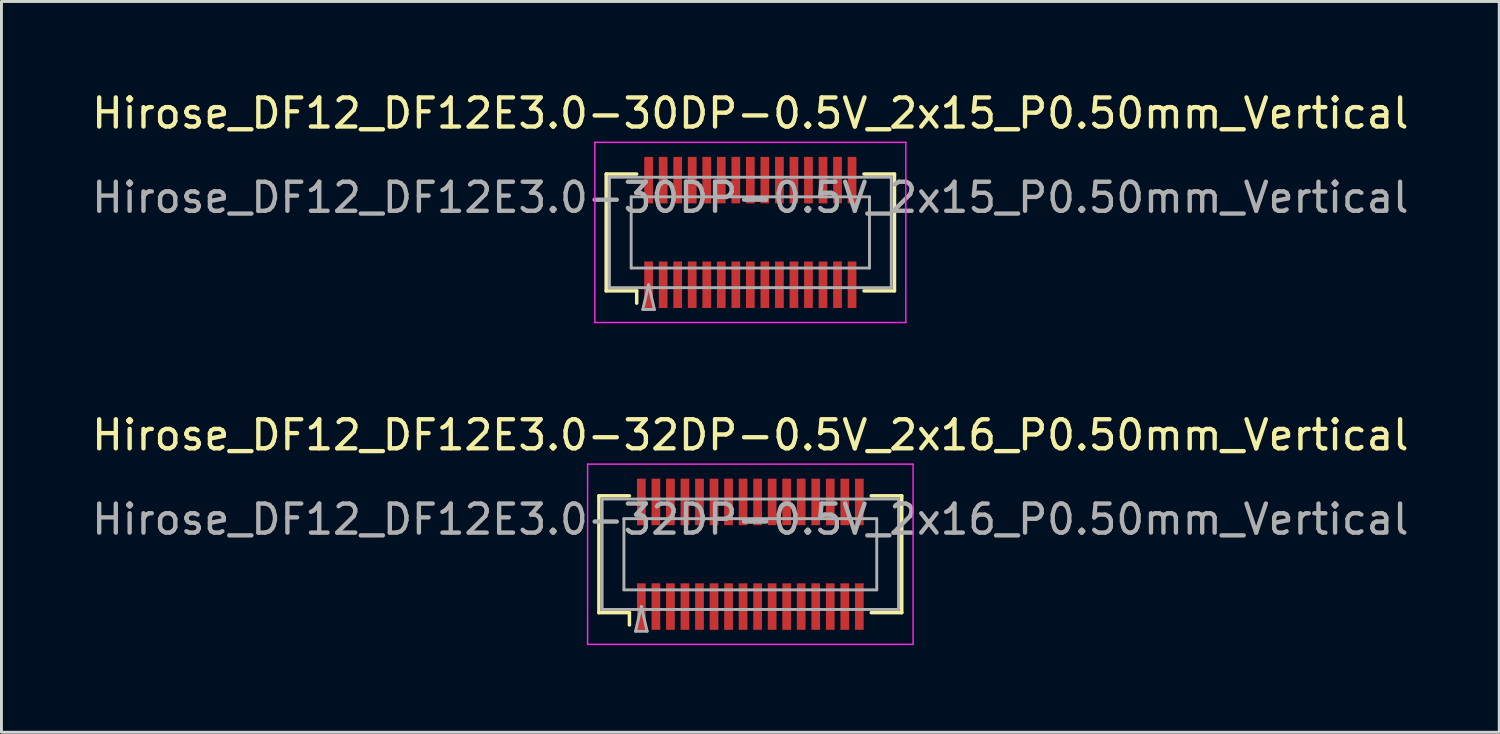
<source format=kicad_pcb>
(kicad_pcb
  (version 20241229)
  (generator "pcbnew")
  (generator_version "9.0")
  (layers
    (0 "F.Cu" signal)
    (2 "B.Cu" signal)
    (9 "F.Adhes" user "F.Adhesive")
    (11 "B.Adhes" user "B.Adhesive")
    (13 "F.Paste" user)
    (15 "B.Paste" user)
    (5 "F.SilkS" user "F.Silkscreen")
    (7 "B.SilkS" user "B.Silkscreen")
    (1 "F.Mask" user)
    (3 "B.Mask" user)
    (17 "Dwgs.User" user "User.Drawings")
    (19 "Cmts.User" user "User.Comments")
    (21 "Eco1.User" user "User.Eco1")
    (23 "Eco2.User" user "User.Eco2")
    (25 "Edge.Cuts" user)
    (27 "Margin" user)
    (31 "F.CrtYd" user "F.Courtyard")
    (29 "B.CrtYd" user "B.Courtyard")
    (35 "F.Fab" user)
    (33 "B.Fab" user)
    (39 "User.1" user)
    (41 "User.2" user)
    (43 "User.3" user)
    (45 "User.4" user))
  (footprint "Hirose_DF12_DF12E3.0-32DP-0.5V_2x16_P0.50mm_Vertical"
    (layer "F.Cu")
    (at 22.768 16.021)
    (property "Reference" "Hirose_DF12_DF12E3.0-32DP-0.5V_2x16_P0.50mm_Vertical" (at 0 -4.1 0) (layer "F.SilkS") (effects (font (size 1 1) (thickness 0.15))))
    (attr smd)
    (fp_line (start -5.21 -2.01) (end -4.16 -2.01) (stroke (width 0.12) (type solid)) (layer "F.SilkS"))
    (fp_line (start -5.21 2.01) (end -5.21 -2.01) (stroke (width 0.12) (type solid)) (layer "F.SilkS"))
    (fp_line (start -4.16 2.01) (end -5.21 2.01) (stroke (width 0.12) (type solid)) (layer "F.SilkS"))
    (fp_line (start -4.16 2.433) (end -4.16 2.01) (stroke (width 0.12) (type solid)) (layer "F.SilkS"))
    (fp_line (start 4.16 2.01) (end 5.21 2.01) (stroke (width 0.12) (type solid)) (layer "F.SilkS"))
    (fp_line (start 5.21 -2.01) (end 4.16 -2.01) (stroke (width 0.12) (type solid)) (layer "F.SilkS"))
    (fp_line (start 5.21 2.01) (end 5.21 -2.01) (stroke (width 0.12) (type solid)) (layer "F.SilkS"))
    (fp_line (start -5.6 -3.1) (end -5.6 3.1) (stroke (width 0.05) (type solid)) (layer "F.CrtYd"))
    (fp_line (start -5.6 3.1) (end 5.6 3.1) (stroke (width 0.05) (type solid)) (layer "F.CrtYd"))
    (fp_line (start 5.6 -3.1) (end -5.6 -3.1) (stroke (width 0.05) (type solid)) (layer "F.CrtYd"))
    (fp_line (start 5.6 3.1) (end 5.6 -3.1) (stroke (width 0.05) (type solid)) (layer "F.CrtYd"))
    (fp_line (start -5.1 -1.9) (end 5.1 -1.9) (stroke (width 0.1) (type solid)) (layer "F.Fab"))
    (fp_line (start -5.1 1.9) (end -5.1 -1.9) (stroke (width 0.1) (type solid)) (layer "F.Fab"))
    (fp_line (start -4.35 -1.225) (end 4.35 -1.225) (stroke (width 0.1) (type solid)) (layer "F.Fab"))
    (fp_line (start -4.35 1.225) (end -4.35 -1.225) (stroke (width 0.1) (type solid)) (layer "F.Fab"))
    (fp_line (start -3.95 2.65) (end -3.75 1.8) (stroke (width 0.1) (type solid)) (layer "F.Fab"))
    (fp_line (start -3.75 1.8) (end -3.55 2.65) (stroke (width 0.1) (type solid)) (layer "F.Fab"))
    (fp_line (start -3.55 2.65) (end -3.95 2.65) (stroke (width 0.1) (type solid)) (layer "F.Fab"))
    (fp_line (start 4.35 -1.225) (end 4.35 1.225) (stroke (width 0.1) (type solid)) (layer "F.Fab"))
    (fp_line (start 4.35 1.225) (end -4.35 1.225) (stroke (width 0.1) (type solid)) (layer "F.Fab"))
    (fp_line (start 5.1 -1.9) (end 5.1 1.9) (stroke (width 0.1) (type solid)) (layer "F.Fab"))
    (fp_line (start 5.1 1.9) (end -5.1 1.9) (stroke (width 0.1) (type solid)) (layer "F.Fab"))
    (fp_text user "${REFERENCE}" (at 0 -1.2 0) (layer "F.Fab") (effects (font (size 1 1) (thickness 0.15))))
    (pad "" smd rect (at -3.75 -2) (size 0.28 1.2) (layers "F.Paste"))
    (pad "" smd rect (at -3.75 2) (size 0.28 1.2) (layers "F.Paste"))
    (pad "" smd rect (at -3.25 -2) (size 0.28 1.2) (layers "F.Paste"))
    (pad "" smd rect (at -3.25 2) (size 0.28 1.2) (layers "F.Paste"))
    (pad "" smd rect (at -2.75 -2) (size 0.28 1.2) (layers "F.Paste"))
    (pad "" smd rect (at -2.75 2) (size 0.28 1.2) (layers "F.Paste"))
    (pad "" smd rect (at -2.25 -2) (size 0.28 1.2) (layers "F.Paste"))
    (pad "" smd rect (at -2.25 2) (size 0.28 1.2) (layers "F.Paste"))
    (pad "" smd rect (at -1.75 -2) (size 0.28 1.2) (layers "F.Paste"))
    (pad "" smd rect (at -1.75 2) (size 0.28 1.2) (layers "F.Paste"))
    (pad "" smd rect (at -1.25 -2) (size 0.28 1.2) (layers "F.Paste"))
    (pad "" smd rect (at -1.25 2) (size 0.28 1.2) (layers "F.Paste"))
    (pad "" smd rect (at -0.75 -2) (size 0.28 1.2) (layers "F.Paste"))
    (pad "" smd rect (at -0.75 2) (size 0.28 1.2) (layers "F.Paste"))
    (pad "" smd rect (at -0.25 -2) (size 0.28 1.2) (layers "F.Paste"))
    (pad "" smd rect (at -0.25 2) (size 0.28 1.2) (layers "F.Paste"))
    (pad "" smd rect (at 0.25 -2) (size 0.28 1.2) (layers "F.Paste"))
    (pad "" smd rect (at 0.25 2) (size 0.28 1.2) (layers "F.Paste"))
    (pad "" smd rect (at 0.75 -2) (size 0.28 1.2) (layers "F.Paste"))
    (pad "" smd rect (at 0.75 2) (size 0.28 1.2) (layers "F.Paste"))
    (pad "" smd rect (at 1.25 -2) (size 0.28 1.2) (layers "F.Paste"))
    (pad "" smd rect (at 1.25 2) (size 0.28 1.2) (layers "F.Paste"))
    (pad "" smd rect (at 1.75 -2) (size 0.28 1.2) (layers "F.Paste"))
    (pad "" smd rect (at 1.75 2) (size 0.28 1.2) (layers "F.Paste"))
    (pad "" smd rect (at 2.25 -2) (size 0.28 1.2) (layers "F.Paste"))
    (pad "" smd rect (at 2.25 2) (size 0.28 1.2) (layers "F.Paste"))
    (pad "" smd rect (at 2.75 -2) (size 0.28 1.2) (layers "F.Paste"))
    (pad "" smd rect (at 2.75 2) (size 0.28 1.2) (layers "F.Paste"))
    (pad "" smd rect (at 3.25 -2) (size 0.28 1.2) (layers "F.Paste"))
    (pad "" smd rect (at 3.25 2) (size 0.28 1.2) (layers "F.Paste"))
    (pad "" smd rect (at 3.75 -2) (size 0.28 1.2) (layers "F.Paste"))
    (pad "" smd rect (at 3.75 2) (size 0.28 1.2) (layers "F.Paste"))
    (pad "1" smd rect (at -3.75 1.8) (size 0.3 1.6) (layers "F.Cu" "F.Mask"))
    (pad "2" smd rect (at -3.25 1.8) (size 0.3 1.6) (layers "F.Cu" "F.Mask"))
    (pad "3" smd rect (at -2.75 1.8) (size 0.3 1.6) (layers "F.Cu" "F.Mask"))
    (pad "4" smd rect (at -2.25 1.8) (size 0.3 1.6) (layers "F.Cu" "F.Mask"))
    (pad "5" smd rect (at -1.75 1.8) (size 0.3 1.6) (layers "F.Cu" "F.Mask"))
    (pad "6" smd rect (at -1.25 1.8) (size 0.3 1.6) (layers "F.Cu" "F.Mask"))
    (pad "7" smd rect (at -0.75 1.8) (size 0.3 1.6) (layers "F.Cu" "F.Mask"))
    (pad "8" smd rect (at -0.25 1.8) (size 0.3 1.6) (layers "F.Cu" "F.Mask"))
    (pad "9" smd rect (at 0.25 1.8) (size 0.3 1.6) (layers "F.Cu" "F.Mask"))
    (pad "10" smd rect (at 0.75 1.8) (size 0.3 1.6) (layers "F.Cu" "F.Mask"))
    (pad "11" smd rect (at 1.25 1.8) (size 0.3 1.6) (layers "F.Cu" "F.Mask"))
    (pad "12" smd rect (at 1.75 1.8) (size 0.3 1.6) (layers "F.Cu" "F.Mask"))
    (pad "13" smd rect (at 2.25 1.8) (size 0.3 1.6) (layers "F.Cu" "F.Mask"))
    (pad "14" smd rect (at 2.75 1.8) (size 0.3 1.6) (layers "F.Cu" "F.Mask"))
    (pad "15" smd rect (at 3.25 1.8) (size 0.3 1.6) (layers "F.Cu" "F.Mask"))
    (pad "16" smd rect (at 3.75 1.8) (size 0.3 1.6) (layers "F.Cu" "F.Mask"))
    (pad "17" smd rect (at -3.75 -1.8) (size 0.3 1.6) (layers "F.Cu" "F.Mask"))
    (pad "18" smd rect (at -3.25 -1.8) (size 0.3 1.6) (layers "F.Cu" "F.Mask"))
    (pad "19" smd rect (at -2.75 -1.8) (size 0.3 1.6) (layers "F.Cu" "F.Mask"))
    (pad "20" smd rect (at -2.25 -1.8) (size 0.3 1.6) (layers "F.Cu" "F.Mask"))
    (pad "21" smd rect (at -1.75 -1.8) (size 0.3 1.6) (layers "F.Cu" "F.Mask"))
    (pad "22" smd rect (at -1.25 -1.8) (size 0.3 1.6) (layers "F.Cu" "F.Mask"))
    (pad "23" smd rect (at -0.75 -1.8) (size 0.3 1.6) (layers "F.Cu" "F.Mask"))
    (pad "24" smd rect (at -0.25 -1.8) (size 0.3 1.6) (layers "F.Cu" "F.Mask"))
    (pad "25" smd rect (at 0.25 -1.8) (size 0.3 1.6) (layers "F.Cu" "F.Mask"))
    (pad "26" smd rect (at 0.75 -1.8) (size 0.3 1.6) (layers "F.Cu" "F.Mask"))
    (pad "27" smd rect (at 1.25 -1.8) (size 0.3 1.6) (layers "F.Cu" "F.Mask"))
    (pad "28" smd rect (at 1.75 -1.8) (size 0.3 1.6) (layers "F.Cu" "F.Mask"))
    (pad "29" smd rect (at 2.25 -1.8) (size 0.3 1.6) (layers "F.Cu" "F.Mask"))
    (pad "30" smd rect (at 2.75 -1.8) (size 0.3 1.6) (layers "F.Cu" "F.Mask"))
    (pad "31" smd rect (at 3.25 -1.8) (size 0.3 1.6) (layers "F.Cu" "F.Mask"))
    (pad "32" smd rect (at 3.75 -1.8) (size 0.3 1.6) (layers "F.Cu" "F.Mask")))
  (footprint "Hirose_DF12_DF12E3.0-30DP-0.5V_2x15_P0.50mm_Vertical"
    (layer "F.Cu")
    (at 22.768 4.948)
    (property "Reference" "Hirose_DF12_DF12E3.0-30DP-0.5V_2x15_P0.50mm_Vertical" (at 0 -4.1 0) (layer "F.SilkS") (effects (font (size 1 1) (thickness 0.15))))
    (attr smd)
    (fp_line (start -4.96 -2.01) (end -3.91 -2.01) (stroke (width 0.12) (type solid)) (layer "F.SilkS"))
    (fp_line (start -4.96 2.01) (end -4.96 -2.01) (stroke (width 0.12) (type solid)) (layer "F.SilkS"))
    (fp_line (start -3.91 2.01) (end -4.96 2.01) (stroke (width 0.12) (type solid)) (layer "F.SilkS"))
    (fp_line (start -3.91 2.433) (end -3.91 2.01) (stroke (width 0.12) (type solid)) (layer "F.SilkS"))
    (fp_line (start 3.91 2.01) (end 4.96 2.01) (stroke (width 0.12) (type solid)) (layer "F.SilkS"))
    (fp_line (start 4.96 -2.01) (end 3.91 -2.01) (stroke (width 0.12) (type solid)) (layer "F.SilkS"))
    (fp_line (start 4.96 2.01) (end 4.96 -2.01) (stroke (width 0.12) (type solid)) (layer "F.SilkS"))
    (fp_line (start -5.35 -3.1) (end -5.35 3.1) (stroke (width 0.05) (type solid)) (layer "F.CrtYd"))
    (fp_line (start -5.35 3.1) (end 5.35 3.1) (stroke (width 0.05) (type solid)) (layer "F.CrtYd"))
    (fp_line (start 5.35 -3.1) (end -5.35 -3.1) (stroke (width 0.05) (type solid)) (layer "F.CrtYd"))
    (fp_line (start 5.35 3.1) (end 5.35 -3.1) (stroke (width 0.05) (type solid)) (layer "F.CrtYd"))
    (fp_line (start -4.85 -1.9) (end 4.85 -1.9) (stroke (width 0.1) (type solid)) (layer "F.Fab"))
    (fp_line (start -4.85 1.9) (end -4.85 -1.9) (stroke (width 0.1) (type solid)) (layer "F.Fab"))
    (fp_line (start -4.1 -1.225) (end 4.1 -1.225) (stroke (width 0.1) (type solid)) (layer "F.Fab"))
    (fp_line (start -4.1 1.225) (end -4.1 -1.225) (stroke (width 0.1) (type solid)) (layer "F.Fab"))
    (fp_line (start -3.7 2.65) (end -3.5 1.8) (stroke (width 0.1) (type solid)) (layer "F.Fab"))
    (fp_line (start -3.5 1.8) (end -3.3 2.65) (stroke (width 0.1) (type solid)) (layer "F.Fab"))
    (fp_line (start -3.3 2.65) (end -3.7 2.65) (stroke (width 0.1) (type solid)) (layer "F.Fab"))
    (fp_line (start 4.1 -1.225) (end 4.1 1.225) (stroke (width 0.1) (type solid)) (layer "F.Fab"))
    (fp_line (start 4.1 1.225) (end -4.1 1.225) (stroke (width 0.1) (type solid)) (layer "F.Fab"))
    (fp_line (start 4.85 -1.9) (end 4.85 1.9) (stroke (width 0.1) (type solid)) (layer "F.Fab"))
    (fp_line (start 4.85 1.9) (end -4.85 1.9) (stroke (width 0.1) (type solid)) (layer "F.Fab"))
    (fp_text user "${REFERENCE}" (at 0 -1.2 0) (layer "F.Fab") (effects (font (size 1 1) (thickness 0.15))))
    (pad "" smd rect (at -3.5 -2) (size 0.28 1.2) (layers "F.Paste"))
    (pad "" smd rect (at -3.5 2) (size 0.28 1.2) (layers "F.Paste"))
    (pad "" smd rect (at -3 -2) (size 0.28 1.2) (layers "F.Paste"))
    (pad "" smd rect (at -3 2) (size 0.28 1.2) (layers "F.Paste"))
    (pad "" smd rect (at -2.5 -2) (size 0.28 1.2) (layers "F.Paste"))
    (pad "" smd rect (at -2.5 2) (size 0.28 1.2) (layers "F.Paste"))
    (pad "" smd rect (at -2 -2) (size 0.28 1.2) (layers "F.Paste"))
    (pad "" smd rect (at -2 2) (size 0.28 1.2) (layers "F.Paste"))
    (pad "" smd rect (at -1.5 -2) (size 0.28 1.2) (layers "F.Paste"))
    (pad "" smd rect (at -1.5 2) (size 0.28 1.2) (layers "F.Paste"))
    (pad "" smd rect (at -1 -2) (size 0.28 1.2) (layers "F.Paste"))
    (pad "" smd rect (at -1 2) (size 0.28 1.2) (layers "F.Paste"))
    (pad "" smd rect (at -0.5 -2) (size 0.28 1.2) (layers "F.Paste"))
    (pad "" smd rect (at -0.5 2) (size 0.28 1.2) (layers "F.Paste"))
    (pad "" smd rect (at 0 -2) (size 0.28 1.2) (layers "F.Paste"))
    (pad "" smd rect (at 0 2) (size 0.28 1.2) (layers "F.Paste"))
    (pad "" smd rect (at 0.5 -2) (size 0.28 1.2) (layers "F.Paste"))
    (pad "" smd rect (at 0.5 2) (size 0.28 1.2) (layers "F.Paste"))
    (pad "" smd rect (at 1 -2) (size 0.28 1.2) (layers "F.Paste"))
    (pad "" smd rect (at 1 2) (size 0.28 1.2) (layers "F.Paste"))
    (pad "" smd rect (at 1.5 -2) (size 0.28 1.2) (layers "F.Paste"))
    (pad "" smd rect (at 1.5 2) (size 0.28 1.2) (layers "F.Paste"))
    (pad "" smd rect (at 2 -2) (size 0.28 1.2) (layers "F.Paste"))
    (pad "" smd rect (at 2 2) (size 0.28 1.2) (layers "F.Paste"))
    (pad "" smd rect (at 2.5 -2) (size 0.28 1.2) (layers "F.Paste"))
    (pad "" smd rect (at 2.5 2) (size 0.28 1.2) (layers "F.Paste"))
    (pad "" smd rect (at 3 -2) (size 0.28 1.2) (layers "F.Paste"))
    (pad "" smd rect (at 3 2) (size 0.28 1.2) (layers "F.Paste"))
    (pad "" smd rect (at 3.5 -2) (size 0.28 1.2) (layers "F.Paste"))
    (pad "" smd rect (at 3.5 2) (size 0.28 1.2) (layers "F.Paste"))
    (pad "1" smd rect (at -3.5 1.8) (size 0.3 1.6) (layers "F.Cu" "F.Mask"))
    (pad "2" smd rect (at -3 1.8) (size 0.3 1.6) (layers "F.Cu" "F.Mask"))
    (pad "3" smd rect (at -2.5 1.8) (size 0.3 1.6) (layers "F.Cu" "F.Mask"))
    (pad "4" smd rect (at -2 1.8) (size 0.3 1.6) (layers "F.Cu" "F.Mask"))
    (pad "5" smd rect (at -1.5 1.8) (size 0.3 1.6) (layers "F.Cu" "F.Mask"))
    (pad "6" smd rect (at -1 1.8) (size 0.3 1.6) (layers "F.Cu" "F.Mask"))
    (pad "7" smd rect (at -0.5 1.8) (size 0.3 1.6) (layers "F.Cu" "F.Mask"))
    (pad "8" smd rect (at 0 1.8) (size 0.3 1.6) (layers "F.Cu" "F.Mask"))
    (pad "9" smd rect (at 0.5 1.8) (size 0.3 1.6) (layers "F.Cu" "F.Mask"))
    (pad "10" smd rect (at 1 1.8) (size 0.3 1.6) (layers "F.Cu" "F.Mask"))
    (pad "11" smd rect (at 1.5 1.8) (size 0.3 1.6) (layers "F.Cu" "F.Mask"))
    (pad "12" smd rect (at 2 1.8) (size 0.3 1.6) (layers "F.Cu" "F.Mask"))
    (pad "13" smd rect (at 2.5 1.8) (size 0.3 1.6) (layers "F.Cu" "F.Mask"))
    (pad "14" smd rect (at 3 1.8) (size 0.3 1.6) (layers "F.Cu" "F.Mask"))
    (pad "15" smd rect (at 3.5 1.8) (size 0.3 1.6) (layers "F.Cu" "F.Mask"))
    (pad "16" smd rect (at -3.5 -1.8) (size 0.3 1.6) (layers "F.Cu" "F.Mask"))
    (pad "17" smd rect (at -3 -1.8) (size 0.3 1.6) (layers "F.Cu" "F.Mask"))
    (pad "18" smd rect (at -2.5 -1.8) (size 0.3 1.6) (layers "F.Cu" "F.Mask"))
    (pad "19" smd rect (at -2 -1.8) (size 0.3 1.6) (layers "F.Cu" "F.Mask"))
    (pad "20" smd rect (at -1.5 -1.8) (size 0.3 1.6) (layers "F.Cu" "F.Mask"))
    (pad "21" smd rect (at -1 -1.8) (size 0.3 1.6) (layers "F.Cu" "F.Mask"))
    (pad "22" smd rect (at -0.5 -1.8) (size 0.3 1.6) (layers "F.Cu" "F.Mask"))
    (pad "23" smd rect (at 0 -1.8) (size 0.3 1.6) (layers "F.Cu" "F.Mask"))
    (pad "24" smd rect (at 0.5 -1.8) (size 0.3 1.6) (layers "F.Cu" "F.Mask"))
    (pad "25" smd rect (at 1 -1.8) (size 0.3 1.6) (layers "F.Cu" "F.Mask"))
    (pad "26" smd rect (at 1.5 -1.8) (size 0.3 1.6) (layers "F.Cu" "F.Mask"))
    (pad "27" smd rect (at 2 -1.8) (size 0.3 1.6) (layers "F.Cu" "F.Mask"))
    (pad "28" smd rect (at 2.5 -1.8) (size 0.3 1.6) (layers "F.Cu" "F.Mask"))
    (pad "29" smd rect (at 3 -1.8) (size 0.3 1.6) (layers "F.Cu" "F.Mask"))
    (pad "30" smd rect (at 3.5 -1.8) (size 0.3 1.6) (layers "F.Cu" "F.Mask")))
  (gr_rect
    (start -3 -3)
    (end 48.536 22.146)
    (stroke (width 0.1) (type default))
    (fill no)
    (layer "Edge.Cuts")))
</source>
